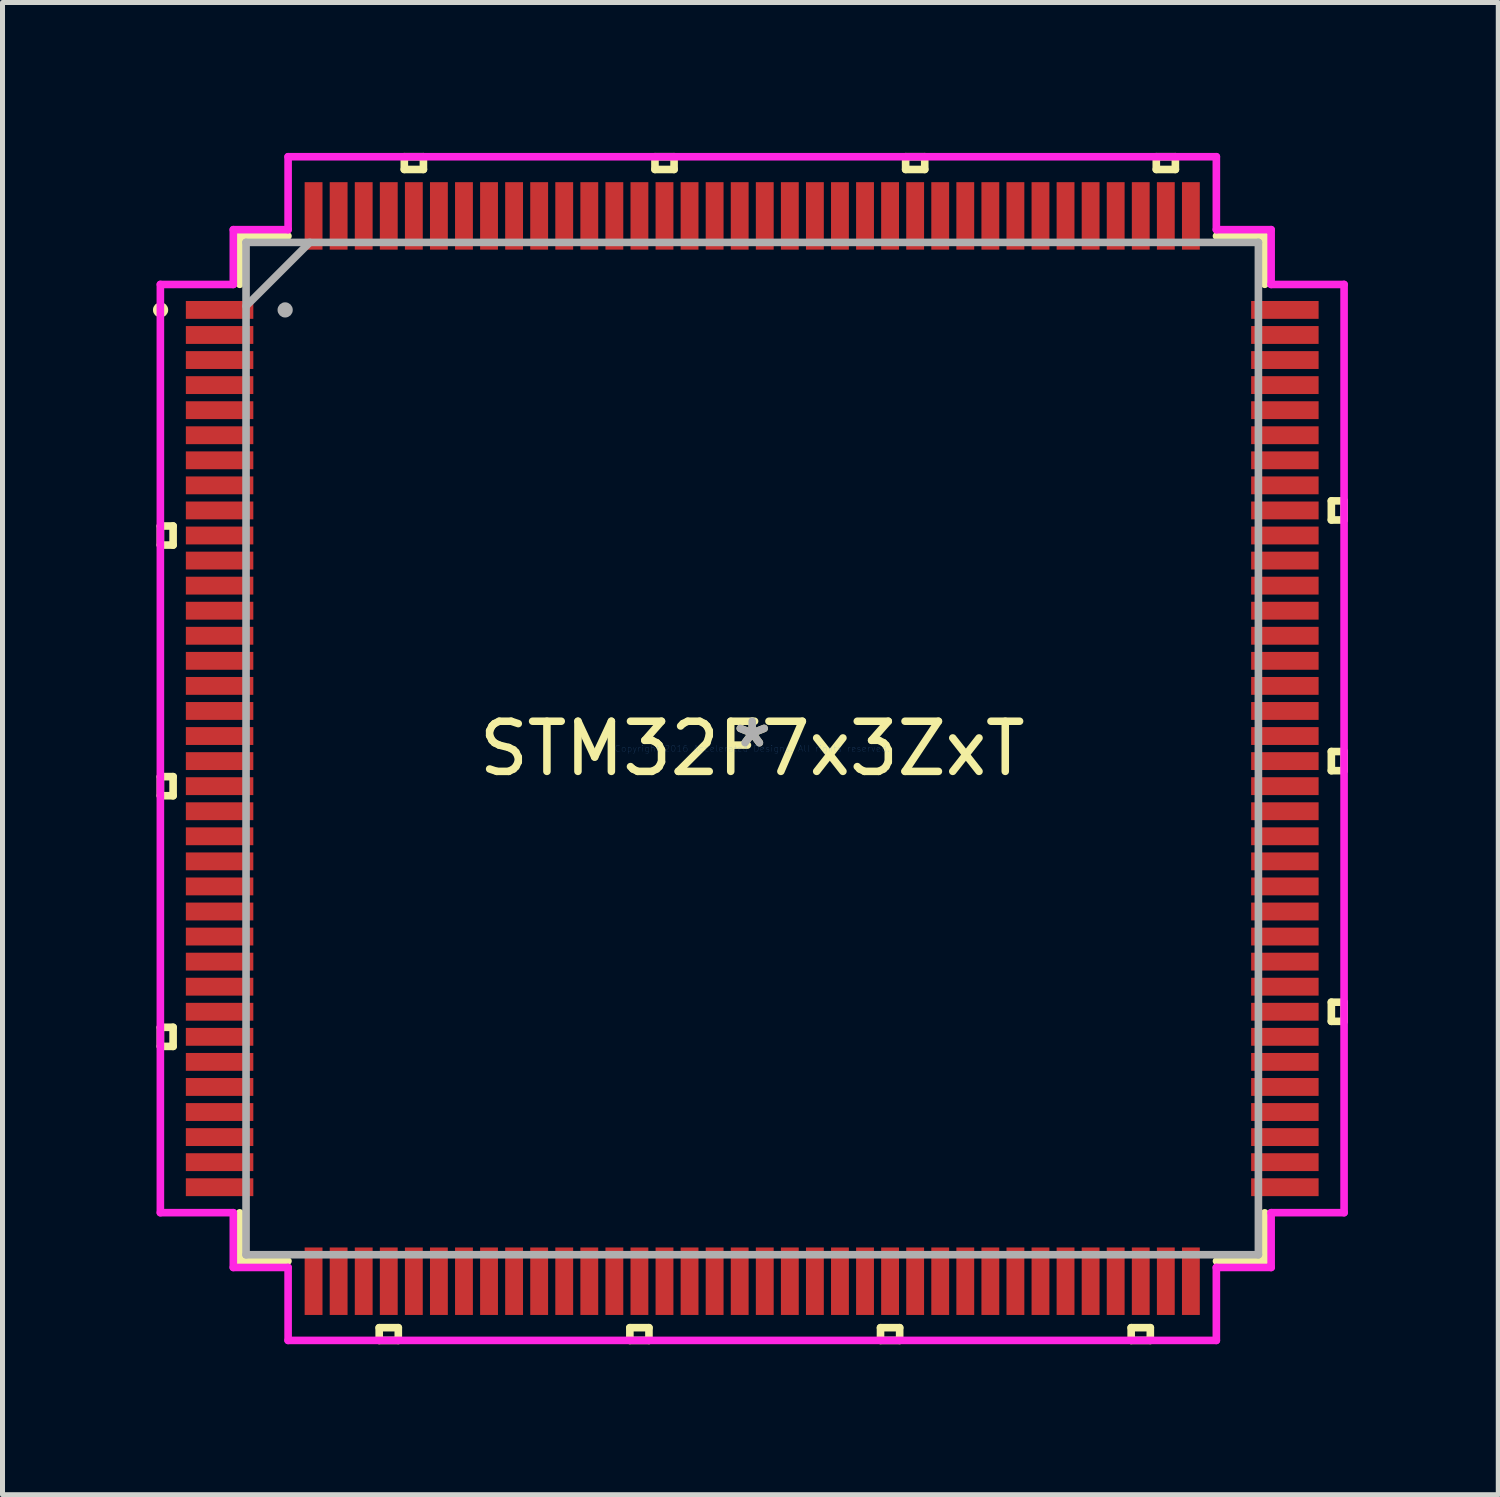
<source format=kicad_pcb>
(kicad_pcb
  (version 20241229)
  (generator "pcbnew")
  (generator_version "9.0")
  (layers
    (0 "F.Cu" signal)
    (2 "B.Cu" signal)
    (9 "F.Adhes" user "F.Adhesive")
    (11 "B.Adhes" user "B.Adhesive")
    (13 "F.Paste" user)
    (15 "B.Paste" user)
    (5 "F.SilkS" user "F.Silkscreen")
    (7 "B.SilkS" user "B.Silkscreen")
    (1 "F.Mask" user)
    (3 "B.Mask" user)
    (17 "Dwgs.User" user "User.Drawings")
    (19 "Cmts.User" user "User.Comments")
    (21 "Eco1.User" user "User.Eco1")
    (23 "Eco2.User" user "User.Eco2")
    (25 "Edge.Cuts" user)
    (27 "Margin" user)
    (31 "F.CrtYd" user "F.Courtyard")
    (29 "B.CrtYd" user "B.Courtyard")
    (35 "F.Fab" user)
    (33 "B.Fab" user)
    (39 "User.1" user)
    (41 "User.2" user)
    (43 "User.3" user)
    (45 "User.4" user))
  (footprint "STM32F7x3ZxT"
    (layer "F.Cu")
    (at 11.955 11.882)
    (property "Reference" "STM32F7x3ZxT" (at 0 0 0) (layer "F.SilkS") (effects (font (size 1 1) (thickness 0.15))))
    (attr through_hole)
    (fp_line (start -11.806 -4.44) (end -11.806 -4.059) (stroke (width 0.152) (type solid)) (layer "F.SilkS"))
    (fp_line (start -11.806 -4.059) (end -11.552 -4.059) (stroke (width 0.152) (type solid)) (layer "F.SilkS"))
    (fp_line (start -11.806 0.56) (end -11.806 0.941) (stroke (width 0.152) (type solid)) (layer "F.SilkS"))
    (fp_line (start -11.806 0.941) (end -11.552 0.941) (stroke (width 0.152) (type solid)) (layer "F.SilkS"))
    (fp_line (start -11.806 5.56) (end -11.806 5.941) (stroke (width 0.152) (type solid)) (layer "F.SilkS"))
    (fp_line (start -11.806 5.941) (end -11.552 5.941) (stroke (width 0.152) (type solid)) (layer "F.SilkS"))
    (fp_line (start -11.552 -4.44) (end -11.806 -4.44) (stroke (width 0.152) (type solid)) (layer "F.SilkS"))
    (fp_line (start -11.552 -4.059) (end -11.552 -4.44) (stroke (width 0.152) (type solid)) (layer "F.SilkS"))
    (fp_line (start -11.552 0.56) (end -11.806 0.56) (stroke (width 0.152) (type solid)) (layer "F.SilkS"))
    (fp_line (start -11.552 0.941) (end -11.552 0.56) (stroke (width 0.152) (type solid)) (layer "F.SilkS"))
    (fp_line (start -11.552 5.56) (end -11.806 5.56) (stroke (width 0.152) (type solid)) (layer "F.SilkS"))
    (fp_line (start -11.552 5.941) (end -11.552 5.56) (stroke (width 0.152) (type solid)) (layer "F.SilkS"))
    (fp_line (start -10.223 -10.223) (end -10.223 -9.261) (stroke (width 0.152) (type solid)) (layer "F.SilkS"))
    (fp_line (start -10.223 9.261) (end -10.223 10.223) (stroke (width 0.152) (type solid)) (layer "F.SilkS"))
    (fp_line (start -10.223 10.223) (end -9.261 10.223) (stroke (width 0.152) (type solid)) (layer "F.SilkS"))
    (fp_line (start -9.261 -10.223) (end -10.223 -10.223) (stroke (width 0.152) (type solid)) (layer "F.SilkS"))
    (fp_line (start -7.441 11.552) (end -7.441 11.806) (stroke (width 0.152) (type solid)) (layer "F.SilkS"))
    (fp_line (start -7.441 11.806) (end -7.06 11.806) (stroke (width 0.152) (type solid)) (layer "F.SilkS"))
    (fp_line (start -7.06 11.552) (end -7.441 11.552) (stroke (width 0.152) (type solid)) (layer "F.SilkS"))
    (fp_line (start -7.06 11.806) (end -7.06 11.552) (stroke (width 0.152) (type solid)) (layer "F.SilkS"))
    (fp_line (start -6.94 -11.806) (end -6.559 -11.806) (stroke (width 0.152) (type solid)) (layer "F.SilkS"))
    (fp_line (start -6.94 -11.552) (end -6.94 -11.806) (stroke (width 0.152) (type solid)) (layer "F.SilkS"))
    (fp_line (start -6.559 -11.806) (end -6.559 -11.552) (stroke (width 0.152) (type solid)) (layer "F.SilkS"))
    (fp_line (start -6.559 -11.552) (end -6.94 -11.552) (stroke (width 0.152) (type solid)) (layer "F.SilkS"))
    (fp_line (start -2.441 11.552) (end -2.441 11.806) (stroke (width 0.152) (type solid)) (layer "F.SilkS"))
    (fp_line (start -2.441 11.806) (end -2.06 11.806) (stroke (width 0.152) (type solid)) (layer "F.SilkS"))
    (fp_line (start -2.06 11.552) (end -2.441 11.552) (stroke (width 0.152) (type solid)) (layer "F.SilkS"))
    (fp_line (start -2.06 11.806) (end -2.06 11.552) (stroke (width 0.152) (type solid)) (layer "F.SilkS"))
    (fp_line (start -1.94 -11.806) (end -1.559 -11.806) (stroke (width 0.152) (type solid)) (layer "F.SilkS"))
    (fp_line (start -1.94 -11.552) (end -1.94 -11.806) (stroke (width 0.152) (type solid)) (layer "F.SilkS"))
    (fp_line (start -1.559 -11.806) (end -1.559 -11.552) (stroke (width 0.152) (type solid)) (layer "F.SilkS"))
    (fp_line (start -1.559 -11.552) (end -1.94 -11.552) (stroke (width 0.152) (type solid)) (layer "F.SilkS"))
    (fp_line (start 2.559 11.552) (end 2.559 11.806) (stroke (width 0.152) (type solid)) (layer "F.SilkS"))
    (fp_line (start 2.559 11.806) (end 2.941 11.806) (stroke (width 0.152) (type solid)) (layer "F.SilkS"))
    (fp_line (start 2.941 11.552) (end 2.559 11.552) (stroke (width 0.152) (type solid)) (layer "F.SilkS"))
    (fp_line (start 2.941 11.806) (end 2.941 11.552) (stroke (width 0.152) (type solid)) (layer "F.SilkS"))
    (fp_line (start 3.06 -11.806) (end 3.441 -11.806) (stroke (width 0.152) (type solid)) (layer "F.SilkS"))
    (fp_line (start 3.06 -11.552) (end 3.06 -11.806) (stroke (width 0.152) (type solid)) (layer "F.SilkS"))
    (fp_line (start 3.441 -11.806) (end 3.441 -11.552) (stroke (width 0.152) (type solid)) (layer "F.SilkS"))
    (fp_line (start 3.441 -11.552) (end 3.06 -11.552) (stroke (width 0.152) (type solid)) (layer "F.SilkS"))
    (fp_line (start 7.559 11.552) (end 7.559 11.806) (stroke (width 0.152) (type solid)) (layer "F.SilkS"))
    (fp_line (start 7.559 11.806) (end 7.941 11.806) (stroke (width 0.152) (type solid)) (layer "F.SilkS"))
    (fp_line (start 7.941 11.552) (end 7.559 11.552) (stroke (width 0.152) (type solid)) (layer "F.SilkS"))
    (fp_line (start 7.941 11.806) (end 7.941 11.552) (stroke (width 0.152) (type solid)) (layer "F.SilkS"))
    (fp_line (start 8.06 -11.806) (end 8.441 -11.806) (stroke (width 0.152) (type solid)) (layer "F.SilkS"))
    (fp_line (start 8.06 -11.552) (end 8.06 -11.806) (stroke (width 0.152) (type solid)) (layer "F.SilkS"))
    (fp_line (start 8.441 -11.806) (end 8.441 -11.552) (stroke (width 0.152) (type solid)) (layer "F.SilkS"))
    (fp_line (start 8.441 -11.552) (end 8.06 -11.552) (stroke (width 0.152) (type solid)) (layer "F.SilkS"))
    (fp_line (start 9.261 10.223) (end 10.223 10.223) (stroke (width 0.152) (type solid)) (layer "F.SilkS"))
    (fp_line (start 10.223 -10.223) (end 9.261 -10.223) (stroke (width 0.152) (type solid)) (layer "F.SilkS"))
    (fp_line (start 10.223 -9.261) (end 10.223 -10.223) (stroke (width 0.152) (type solid)) (layer "F.SilkS"))
    (fp_line (start 10.223 10.223) (end 10.223 9.261) (stroke (width 0.152) (type solid)) (layer "F.SilkS"))
    (fp_line (start 11.552 -4.941) (end 11.806 -4.941) (stroke (width 0.152) (type solid)) (layer "F.SilkS"))
    (fp_line (start 11.552 -4.56) (end 11.552 -4.941) (stroke (width 0.152) (type solid)) (layer "F.SilkS"))
    (fp_line (start 11.552 0.059) (end 11.806 0.059) (stroke (width 0.152) (type solid)) (layer "F.SilkS"))
    (fp_line (start 11.552 0.441) (end 11.552 0.059) (stroke (width 0.152) (type solid)) (layer "F.SilkS"))
    (fp_line (start 11.552 5.059) (end 11.806 5.059) (stroke (width 0.152) (type solid)) (layer "F.SilkS"))
    (fp_line (start 11.552 5.441) (end 11.552 5.059) (stroke (width 0.152) (type solid)) (layer "F.SilkS"))
    (fp_line (start 11.806 -4.941) (end 11.806 -4.56) (stroke (width 0.152) (type solid)) (layer "F.SilkS"))
    (fp_line (start 11.806 -4.56) (end 11.552 -4.56) (stroke (width 0.152) (type solid)) (layer "F.SilkS"))
    (fp_line (start 11.806 0.059) (end 11.806 0.441) (stroke (width 0.152) (type solid)) (layer "F.SilkS"))
    (fp_line (start 11.806 0.441) (end 11.552 0.441) (stroke (width 0.152) (type solid)) (layer "F.SilkS"))
    (fp_line (start 11.806 5.059) (end 11.806 5.441) (stroke (width 0.152) (type solid)) (layer "F.SilkS"))
    (fp_line (start 11.806 5.441) (end 11.552 5.441) (stroke (width 0.152) (type solid)) (layer "F.SilkS"))
    (fp_circle (center -11.802 -8.75) (end -11.726 -8.75) (stroke (width 0.152) (type solid)) (fill no) (layer "F.SilkS"))
    (fp_line (start -11.806 -9.258) (end -10.351 -9.258) (stroke (width 0.152) (type solid)) (layer "F.CrtYd"))
    (fp_line (start -11.806 9.258) (end -11.806 -9.258) (stroke (width 0.152) (type solid)) (layer "F.CrtYd"))
    (fp_line (start -10.351 -10.351) (end -9.258 -10.351) (stroke (width 0.152) (type solid)) (layer "F.CrtYd"))
    (fp_line (start -10.351 -9.258) (end -10.351 -10.351) (stroke (width 0.152) (type solid)) (layer "F.CrtYd"))
    (fp_line (start -10.351 9.258) (end -11.806 9.258) (stroke (width 0.152) (type solid)) (layer "F.CrtYd"))
    (fp_line (start -10.351 10.351) (end -10.351 9.258) (stroke (width 0.152) (type solid)) (layer "F.CrtYd"))
    (fp_line (start -9.258 -11.806) (end 9.258 -11.806) (stroke (width 0.152) (type solid)) (layer "F.CrtYd"))
    (fp_line (start -9.258 -10.351) (end -9.258 -11.806) (stroke (width 0.152) (type solid)) (layer "F.CrtYd"))
    (fp_line (start -9.258 10.351) (end -10.351 10.351) (stroke (width 0.152) (type solid)) (layer "F.CrtYd"))
    (fp_line (start -9.258 11.806) (end -9.258 10.351) (stroke (width 0.152) (type solid)) (layer "F.CrtYd"))
    (fp_line (start 9.258 -11.806) (end 9.258 -10.351) (stroke (width 0.152) (type solid)) (layer "F.CrtYd"))
    (fp_line (start 9.258 -10.351) (end 10.351 -10.351) (stroke (width 0.152) (type solid)) (layer "F.CrtYd"))
    (fp_line (start 9.258 10.351) (end 9.258 11.806) (stroke (width 0.152) (type solid)) (layer "F.CrtYd"))
    (fp_line (start 9.258 11.806) (end -9.258 11.806) (stroke (width 0.152) (type solid)) (layer "F.CrtYd"))
    (fp_line (start 10.351 -10.351) (end 10.351 -9.258) (stroke (width 0.152) (type solid)) (layer "F.CrtYd"))
    (fp_line (start 10.351 -9.258) (end 11.806 -9.258) (stroke (width 0.152) (type solid)) (layer "F.CrtYd"))
    (fp_line (start 10.351 9.258) (end 10.351 10.351) (stroke (width 0.152) (type solid)) (layer "F.CrtYd"))
    (fp_line (start 10.351 10.351) (end 9.258 10.351) (stroke (width 0.152) (type solid)) (layer "F.CrtYd"))
    (fp_line (start 11.806 -9.258) (end 11.806 9.258) (stroke (width 0.152) (type solid)) (layer "F.CrtYd"))
    (fp_line (start 11.806 9.258) (end 10.351 9.258) (stroke (width 0.152) (type solid)) (layer "F.CrtYd"))
    (fp_line (start -10.097 -10.097) (end -10.097 10.097) (stroke (width 0.152) (type solid)) (layer "F.Fab"))
    (fp_line (start -10.097 -8.826) (end -8.826 -10.097) (stroke (width 0.152) (type solid)) (layer "F.Fab"))
    (fp_line (start -10.097 10.097) (end 10.097 10.097) (stroke (width 0.152) (type solid)) (layer "F.Fab"))
    (fp_line (start 10.097 -10.097) (end -10.097 -10.097) (stroke (width 0.152) (type solid)) (layer "F.Fab"))
    (fp_line (start 10.097 10.097) (end 10.097 -10.097) (stroke (width 0.152) (type solid)) (layer "F.Fab"))
    (fp_circle (center -9.317 -8.75) (end -9.241 -8.75) (stroke (width 0.152) (type solid)) (fill no) (layer "F.Fab"))
    (fp_text user "*" (at 0 0 0) (layer "F.SilkS") (effects (font (size 1 1) (thickness 0.15))))
    (fp_text user "Copyright 2016 Accelerated Designs. All rights reserved." (at 0 0 0) (layer "Cmts.User") (effects (font (size 0.127 0.127) (thickness 0.002))))
    (fp_text user "*" (at 0 0 0) (layer "F.Fab") (effects (font (size 1 1) (thickness 0.15))))
    (pad "1" smd rect (at -10.625 -8.75) (size 1.346 0.356) (layers "F.Cu" "F.Mask" "F.Paste"))
    (pad "2" smd rect (at -10.625 -8.25) (size 1.346 0.356) (layers "F.Cu" "F.Mask" "F.Paste"))
    (pad "3" smd rect (at -10.625 -7.75) (size 1.346 0.356) (layers "F.Cu" "F.Mask" "F.Paste"))
    (pad "4" smd rect (at -10.625 -7.25) (size 1.346 0.356) (layers "F.Cu" "F.Mask" "F.Paste"))
    (pad "5" smd rect (at -10.625 -6.75) (size 1.346 0.356) (layers "F.Cu" "F.Mask" "F.Paste"))
    (pad "6" smd rect (at -10.625 -6.25) (size 1.346 0.356) (layers "F.Cu" "F.Mask" "F.Paste"))
    (pad "7" smd rect (at -10.625 -5.75) (size 1.346 0.356) (layers "F.Cu" "F.Mask" "F.Paste"))
    (pad "8" smd rect (at -10.625 -5.25) (size 1.346 0.356) (layers "F.Cu" "F.Mask" "F.Paste"))
    (pad "9" smd rect (at -10.625 -4.75) (size 1.346 0.356) (layers "F.Cu" "F.Mask" "F.Paste"))
    (pad "10" smd rect (at -10.625 -4.25) (size 1.346 0.356) (layers "F.Cu" "F.Mask" "F.Paste"))
    (pad "11" smd rect (at -10.625 -3.75) (size 1.346 0.356) (layers "F.Cu" "F.Mask" "F.Paste"))
    (pad "12" smd rect (at -10.625 -3.25) (size 1.346 0.356) (layers "F.Cu" "F.Mask" "F.Paste"))
    (pad "13" smd rect (at -10.625 -2.75) (size 1.346 0.356) (layers "F.Cu" "F.Mask" "F.Paste"))
    (pad "14" smd rect (at -10.625 -2.25) (size 1.346 0.356) (layers "F.Cu" "F.Mask" "F.Paste"))
    (pad "15" smd rect (at -10.625 -1.75) (size 1.346 0.356) (layers "F.Cu" "F.Mask" "F.Paste"))
    (pad "16" smd rect (at -10.625 -1.25) (size 1.346 0.356) (layers "F.Cu" "F.Mask" "F.Paste"))
    (pad "17" smd rect (at -10.625 -0.75) (size 1.346 0.356) (layers "F.Cu" "F.Mask" "F.Paste"))
    (pad "18" smd rect (at -10.625 -0.25) (size 1.346 0.356) (layers "F.Cu" "F.Mask" "F.Paste"))
    (pad "19" smd rect (at -10.625 0.25) (size 1.346 0.356) (layers "F.Cu" "F.Mask" "F.Paste"))
    (pad "20" smd rect (at -10.625 0.75) (size 1.346 0.356) (layers "F.Cu" "F.Mask" "F.Paste"))
    (pad "21" smd rect (at -10.625 1.25) (size 1.346 0.356) (layers "F.Cu" "F.Mask" "F.Paste"))
    (pad "22" smd rect (at -10.625 1.75) (size 1.346 0.356) (layers "F.Cu" "F.Mask" "F.Paste"))
    (pad "23" smd rect (at -10.625 2.25) (size 1.346 0.356) (layers "F.Cu" "F.Mask" "F.Paste"))
    (pad "24" smd rect (at -10.625 2.75) (size 1.346 0.356) (layers "F.Cu" "F.Mask" "F.Paste"))
    (pad "25" smd rect (at -10.625 3.25) (size 1.346 0.356) (layers "F.Cu" "F.Mask" "F.Paste"))
    (pad "26" smd rect (at -10.625 3.75) (size 1.346 0.356) (layers "F.Cu" "F.Mask" "F.Paste"))
    (pad "27" smd rect (at -10.625 4.25) (size 1.346 0.356) (layers "F.Cu" "F.Mask" "F.Paste"))
    (pad "28" smd rect (at -10.625 4.75) (size 1.346 0.356) (layers "F.Cu" "F.Mask" "F.Paste"))
    (pad "29" smd rect (at -10.625 5.25) (size 1.346 0.356) (layers "F.Cu" "F.Mask" "F.Paste"))
    (pad "30" smd rect (at -10.625 5.75) (size 1.346 0.356) (layers "F.Cu" "F.Mask" "F.Paste"))
    (pad "31" smd rect (at -10.625 6.25) (size 1.346 0.356) (layers "F.Cu" "F.Mask" "F.Paste"))
    (pad "32" smd rect (at -10.625 6.75) (size 1.346 0.356) (layers "F.Cu" "F.Mask" "F.Paste"))
    (pad "33" smd rect (at -10.625 7.25) (size 1.346 0.356) (layers "F.Cu" "F.Mask" "F.Paste"))
    (pad "34" smd rect (at -10.625 7.75) (size 1.346 0.356) (layers "F.Cu" "F.Mask" "F.Paste"))
    (pad "35" smd rect (at -10.625 8.25) (size 1.346 0.356) (layers "F.Cu" "F.Mask" "F.Paste"))
    (pad "36" smd rect (at -10.625 8.75) (size 1.346 0.356) (layers "F.Cu" "F.Mask" "F.Paste"))
    (pad "37" smd rect (at -8.75 10.625 90) (size 1.346 0.356) (layers "F.Cu" "F.Mask" "F.Paste"))
    (pad "38" smd rect (at -8.25 10.625 90) (size 1.346 0.356) (layers "F.Cu" "F.Mask" "F.Paste"))
    (pad "39" smd rect (at -7.75 10.625 90) (size 1.346 0.356) (layers "F.Cu" "F.Mask" "F.Paste"))
    (pad "40" smd rect (at -7.25 10.625 90) (size 1.346 0.356) (layers "F.Cu" "F.Mask" "F.Paste"))
    (pad "41" smd rect (at -6.75 10.625 90) (size 1.346 0.356) (layers "F.Cu" "F.Mask" "F.Paste"))
    (pad "42" smd rect (at -6.25 10.625 90) (size 1.346 0.356) (layers "F.Cu" "F.Mask" "F.Paste"))
    (pad "43" smd rect (at -5.75 10.625 90) (size 1.346 0.356) (layers "F.Cu" "F.Mask" "F.Paste"))
    (pad "44" smd rect (at -5.25 10.625 90) (size 1.346 0.356) (layers "F.Cu" "F.Mask" "F.Paste"))
    (pad "45" smd rect (at -4.75 10.625 90) (size 1.346 0.356) (layers "F.Cu" "F.Mask" "F.Paste"))
    (pad "46" smd rect (at -4.25 10.625 90) (size 1.346 0.356) (layers "F.Cu" "F.Mask" "F.Paste"))
    (pad "47" smd rect (at -3.75 10.625 90) (size 1.346 0.356) (layers "F.Cu" "F.Mask" "F.Paste"))
    (pad "48" smd rect (at -3.25 10.625 90) (size 1.346 0.356) (layers "F.Cu" "F.Mask" "F.Paste"))
    (pad "49" smd rect (at -2.75 10.625 90) (size 1.346 0.356) (layers "F.Cu" "F.Mask" "F.Paste"))
    (pad "50" smd rect (at -2.25 10.625 90) (size 1.346 0.356) (layers "F.Cu" "F.Mask" "F.Paste"))
    (pad "51" smd rect (at -1.75 10.625 90) (size 1.346 0.356) (layers "F.Cu" "F.Mask" "F.Paste"))
    (pad "52" smd rect (at -1.25 10.625 90) (size 1.346 0.356) (layers "F.Cu" "F.Mask" "F.Paste"))
    (pad "53" smd rect (at -0.75 10.625 90) (size 1.346 0.356) (layers "F.Cu" "F.Mask" "F.Paste"))
    (pad "54" smd rect (at -0.25 10.625 90) (size 1.346 0.356) (layers "F.Cu" "F.Mask" "F.Paste"))
    (pad "55" smd rect (at 0.25 10.625 90) (size 1.346 0.356) (layers "F.Cu" "F.Mask" "F.Paste"))
    (pad "56" smd rect (at 0.75 10.625 90) (size 1.346 0.356) (layers "F.Cu" "F.Mask" "F.Paste"))
    (pad "57" smd rect (at 1.25 10.625 90) (size 1.346 0.356) (layers "F.Cu" "F.Mask" "F.Paste"))
    (pad "58" smd rect (at 1.75 10.625 90) (size 1.346 0.356) (layers "F.Cu" "F.Mask" "F.Paste"))
    (pad "59" smd rect (at 2.25 10.625 90) (size 1.346 0.356) (layers "F.Cu" "F.Mask" "F.Paste"))
    (pad "60" smd rect (at 2.75 10.625 90) (size 1.346 0.356) (layers "F.Cu" "F.Mask" "F.Paste"))
    (pad "61" smd rect (at 3.25 10.625 90) (size 1.346 0.356) (layers "F.Cu" "F.Mask" "F.Paste"))
    (pad "62" smd rect (at 3.75 10.625 90) (size 1.346 0.356) (layers "F.Cu" "F.Mask" "F.Paste"))
    (pad "63" smd rect (at 4.25 10.625 90) (size 1.346 0.356) (layers "F.Cu" "F.Mask" "F.Paste"))
    (pad "64" smd rect (at 4.75 10.625 90) (size 1.346 0.356) (layers "F.Cu" "F.Mask" "F.Paste"))
    (pad "65" smd rect (at 5.25 10.625 90) (size 1.346 0.356) (layers "F.Cu" "F.Mask" "F.Paste"))
    (pad "66" smd rect (at 5.75 10.625 90) (size 1.346 0.356) (layers "F.Cu" "F.Mask" "F.Paste"))
    (pad "67" smd rect (at 6.25 10.625 90) (size 1.346 0.356) (layers "F.Cu" "F.Mask" "F.Paste"))
    (pad "68" smd rect (at 6.75 10.625 90) (size 1.346 0.356) (layers "F.Cu" "F.Mask" "F.Paste"))
    (pad "69" smd rect (at 7.25 10.625 90) (size 1.346 0.356) (layers "F.Cu" "F.Mask" "F.Paste"))
    (pad "70" smd rect (at 7.75 10.625 90) (size 1.346 0.356) (layers "F.Cu" "F.Mask" "F.Paste"))
    (pad "71" smd rect (at 8.25 10.625 90) (size 1.346 0.356) (layers "F.Cu" "F.Mask" "F.Paste"))
    (pad "72" smd rect (at 8.75 10.625 90) (size 1.346 0.356) (layers "F.Cu" "F.Mask" "F.Paste"))
    (pad "73" smd rect (at 10.625 8.75) (size 1.346 0.356) (layers "F.Cu" "F.Mask" "F.Paste"))
    (pad "74" smd rect (at 10.625 8.25) (size 1.346 0.356) (layers "F.Cu" "F.Mask" "F.Paste"))
    (pad "75" smd rect (at 10.625 7.75) (size 1.346 0.356) (layers "F.Cu" "F.Mask" "F.Paste"))
    (pad "76" smd rect (at 10.625 7.25) (size 1.346 0.356) (layers "F.Cu" "F.Mask" "F.Paste"))
    (pad "77" smd rect (at 10.625 6.75) (size 1.346 0.356) (layers "F.Cu" "F.Mask" "F.Paste"))
    (pad "78" smd rect (at 10.625 6.25) (size 1.346 0.356) (layers "F.Cu" "F.Mask" "F.Paste"))
    (pad "79" smd rect (at 10.625 5.75) (size 1.346 0.356) (layers "F.Cu" "F.Mask" "F.Paste"))
    (pad "80" smd rect (at 10.625 5.25) (size 1.346 0.356) (layers "F.Cu" "F.Mask" "F.Paste"))
    (pad "81" smd rect (at 10.625 4.75) (size 1.346 0.356) (layers "F.Cu" "F.Mask" "F.Paste"))
    (pad "82" smd rect (at 10.625 4.25) (size 1.346 0.356) (layers "F.Cu" "F.Mask" "F.Paste"))
    (pad "83" smd rect (at 10.625 3.75) (size 1.346 0.356) (layers "F.Cu" "F.Mask" "F.Paste"))
    (pad "84" smd rect (at 10.625 3.25) (size 1.346 0.356) (layers "F.Cu" "F.Mask" "F.Paste"))
    (pad "85" smd rect (at 10.625 2.75) (size 1.346 0.356) (layers "F.Cu" "F.Mask" "F.Paste"))
    (pad "86" smd rect (at 10.625 2.25) (size 1.346 0.356) (layers "F.Cu" "F.Mask" "F.Paste"))
    (pad "87" smd rect (at 10.625 1.75) (size 1.346 0.356) (layers "F.Cu" "F.Mask" "F.Paste"))
    (pad "88" smd rect (at 10.625 1.25) (size 1.346 0.356) (layers "F.Cu" "F.Mask" "F.Paste"))
    (pad "89" smd rect (at 10.625 0.75) (size 1.346 0.356) (layers "F.Cu" "F.Mask" "F.Paste"))
    (pad "90" smd rect (at 10.625 0.25) (size 1.346 0.356) (layers "F.Cu" "F.Mask" "F.Paste"))
    (pad "91" smd rect (at 10.625 -0.25) (size 1.346 0.356) (layers "F.Cu" "F.Mask" "F.Paste"))
    (pad "92" smd rect (at 10.625 -0.75) (size 1.346 0.356) (layers "F.Cu" "F.Mask" "F.Paste"))
    (pad "93" smd rect (at 10.625 -1.25) (size 1.346 0.356) (layers "F.Cu" "F.Mask" "F.Paste"))
    (pad "94" smd rect (at 10.625 -1.75) (size 1.346 0.356) (layers "F.Cu" "F.Mask" "F.Paste"))
    (pad "95" smd rect (at 10.625 -2.25) (size 1.346 0.356) (layers "F.Cu" "F.Mask" "F.Paste"))
    (pad "96" smd rect (at 10.625 -2.75) (size 1.346 0.356) (layers "F.Cu" "F.Mask" "F.Paste"))
    (pad "97" smd rect (at 10.625 -3.25) (size 1.346 0.356) (layers "F.Cu" "F.Mask" "F.Paste"))
    (pad "98" smd rect (at 10.625 -3.75) (size 1.346 0.356) (layers "F.Cu" "F.Mask" "F.Paste"))
    (pad "99" smd rect (at 10.625 -4.25) (size 1.346 0.356) (layers "F.Cu" "F.Mask" "F.Paste"))
    (pad "100" smd rect (at 10.625 -4.75) (size 1.346 0.356) (layers "F.Cu" "F.Mask" "F.Paste"))
    (pad "101" smd rect (at 10.625 -5.25) (size 1.346 0.356) (layers "F.Cu" "F.Mask" "F.Paste"))
    (pad "102" smd rect (at 10.625 -5.75) (size 1.346 0.356) (layers "F.Cu" "F.Mask" "F.Paste"))
    (pad "103" smd rect (at 10.625 -6.25) (size 1.346 0.356) (layers "F.Cu" "F.Mask" "F.Paste"))
    (pad "104" smd rect (at 10.625 -6.75) (size 1.346 0.356) (layers "F.Cu" "F.Mask" "F.Paste"))
    (pad "105" smd rect (at 10.625 -7.25) (size 1.346 0.356) (layers "F.Cu" "F.Mask" "F.Paste"))
    (pad "106" smd rect (at 10.625 -7.75) (size 1.346 0.356) (layers "F.Cu" "F.Mask" "F.Paste"))
    (pad "107" smd rect (at 10.625 -8.25) (size 1.346 0.356) (layers "F.Cu" "F.Mask" "F.Paste"))
    (pad "108" smd rect (at 10.625 -8.75) (size 1.346 0.356) (layers "F.Cu" "F.Mask" "F.Paste"))
    (pad "109" smd rect (at 8.75 -10.625 90) (size 1.346 0.356) (layers "F.Cu" "F.Mask" "F.Paste"))
    (pad "110" smd rect (at 8.25 -10.625 90) (size 1.346 0.356) (layers "F.Cu" "F.Mask" "F.Paste"))
    (pad "111" smd rect (at 7.75 -10.625 90) (size 1.346 0.356) (layers "F.Cu" "F.Mask" "F.Paste"))
    (pad "112" smd rect (at 7.25 -10.625 90) (size 1.346 0.356) (layers "F.Cu" "F.Mask" "F.Paste"))
    (pad "113" smd rect (at 6.75 -10.625 90) (size 1.346 0.356) (layers "F.Cu" "F.Mask" "F.Paste"))
    (pad "114" smd rect (at 6.25 -10.625 90) (size 1.346 0.356) (layers "F.Cu" "F.Mask" "F.Paste"))
    (pad "115" smd rect (at 5.75 -10.625 90) (size 1.346 0.356) (layers "F.Cu" "F.Mask" "F.Paste"))
    (pad "116" smd rect (at 5.25 -10.625 90) (size 1.346 0.356) (layers "F.Cu" "F.Mask" "F.Paste"))
    (pad "117" smd rect (at 4.75 -10.625 90) (size 1.346 0.356) (layers "F.Cu" "F.Mask" "F.Paste"))
    (pad "118" smd rect (at 4.25 -10.625 90) (size 1.346 0.356) (layers "F.Cu" "F.Mask" "F.Paste"))
    (pad "119" smd rect (at 3.75 -10.625 90) (size 1.346 0.356) (layers "F.Cu" "F.Mask" "F.Paste"))
    (pad "120" smd rect (at 3.25 -10.625 90) (size 1.346 0.356) (layers "F.Cu" "F.Mask" "F.Paste"))
    (pad "121" smd rect (at 2.75 -10.625 90) (size 1.346 0.356) (layers "F.Cu" "F.Mask" "F.Paste"))
    (pad "122" smd rect (at 2.25 -10.625 90) (size 1.346 0.356) (layers "F.Cu" "F.Mask" "F.Paste"))
    (pad "123" smd rect (at 1.75 -10.625 90) (size 1.346 0.356) (layers "F.Cu" "F.Mask" "F.Paste"))
    (pad "124" smd rect (at 1.25 -10.625 90) (size 1.346 0.356) (layers "F.Cu" "F.Mask" "F.Paste"))
    (pad "125" smd rect (at 0.75 -10.625 90) (size 1.346 0.356) (layers "F.Cu" "F.Mask" "F.Paste"))
    (pad "126" smd rect (at 0.25 -10.625 90) (size 1.346 0.356) (layers "F.Cu" "F.Mask" "F.Paste"))
    (pad "127" smd rect (at -0.25 -10.625 90) (size 1.346 0.356) (layers "F.Cu" "F.Mask" "F.Paste"))
    (pad "128" smd rect (at -0.75 -10.625 90) (size 1.346 0.356) (layers "F.Cu" "F.Mask" "F.Paste"))
    (pad "129" smd rect (at -1.25 -10.625 90) (size 1.346 0.356) (layers "F.Cu" "F.Mask" "F.Paste"))
    (pad "130" smd rect (at -1.75 -10.625 90) (size 1.346 0.356) (layers "F.Cu" "F.Mask" "F.Paste"))
    (pad "131" smd rect (at -2.25 -10.625 90) (size 1.346 0.356) (layers "F.Cu" "F.Mask" "F.Paste"))
    (pad "132" smd rect (at -2.75 -10.625 90) (size 1.346 0.356) (layers "F.Cu" "F.Mask" "F.Paste"))
    (pad "133" smd rect (at -3.25 -10.625 90) (size 1.346 0.356) (layers "F.Cu" "F.Mask" "F.Paste"))
    (pad "134" smd rect (at -3.75 -10.625 90) (size 1.346 0.356) (layers "F.Cu" "F.Mask" "F.Paste"))
    (pad "135" smd rect (at -4.25 -10.625 90) (size 1.346 0.356) (layers "F.Cu" "F.Mask" "F.Paste"))
    (pad "136" smd rect (at -4.75 -10.625 90) (size 1.346 0.356) (layers "F.Cu" "F.Mask" "F.Paste"))
    (pad "137" smd rect (at -5.25 -10.625 90) (size 1.346 0.356) (layers "F.Cu" "F.Mask" "F.Paste"))
    (pad "138" smd rect (at -5.75 -10.625 90) (size 1.346 0.356) (layers "F.Cu" "F.Mask" "F.Paste"))
    (pad "139" smd rect (at -6.25 -10.625 90) (size 1.346 0.356) (layers "F.Cu" "F.Mask" "F.Paste"))
    (pad "140" smd rect (at -6.75 -10.625 90) (size 1.346 0.356) (layers "F.Cu" "F.Mask" "F.Paste"))
    (pad "141" smd rect (at -7.25 -10.625 90) (size 1.346 0.356) (layers "F.Cu" "F.Mask" "F.Paste"))
    (pad "142" smd rect (at -7.75 -10.625 90) (size 1.346 0.356) (layers "F.Cu" "F.Mask" "F.Paste"))
    (pad "143" smd rect (at -8.25 -10.625 90) (size 1.346 0.356) (layers "F.Cu" "F.Mask" "F.Paste"))
    (pad "144" smd rect (at -8.75 -10.625 90) (size 1.346 0.356) (layers "F.Cu" "F.Mask" "F.Paste")))
  (gr_rect
    (start -3 -3)
    (end 26.837 26.765)
    (stroke (width 0.1) (type default))
    (fill no)
    (layer "Edge.Cuts")))
</source>
